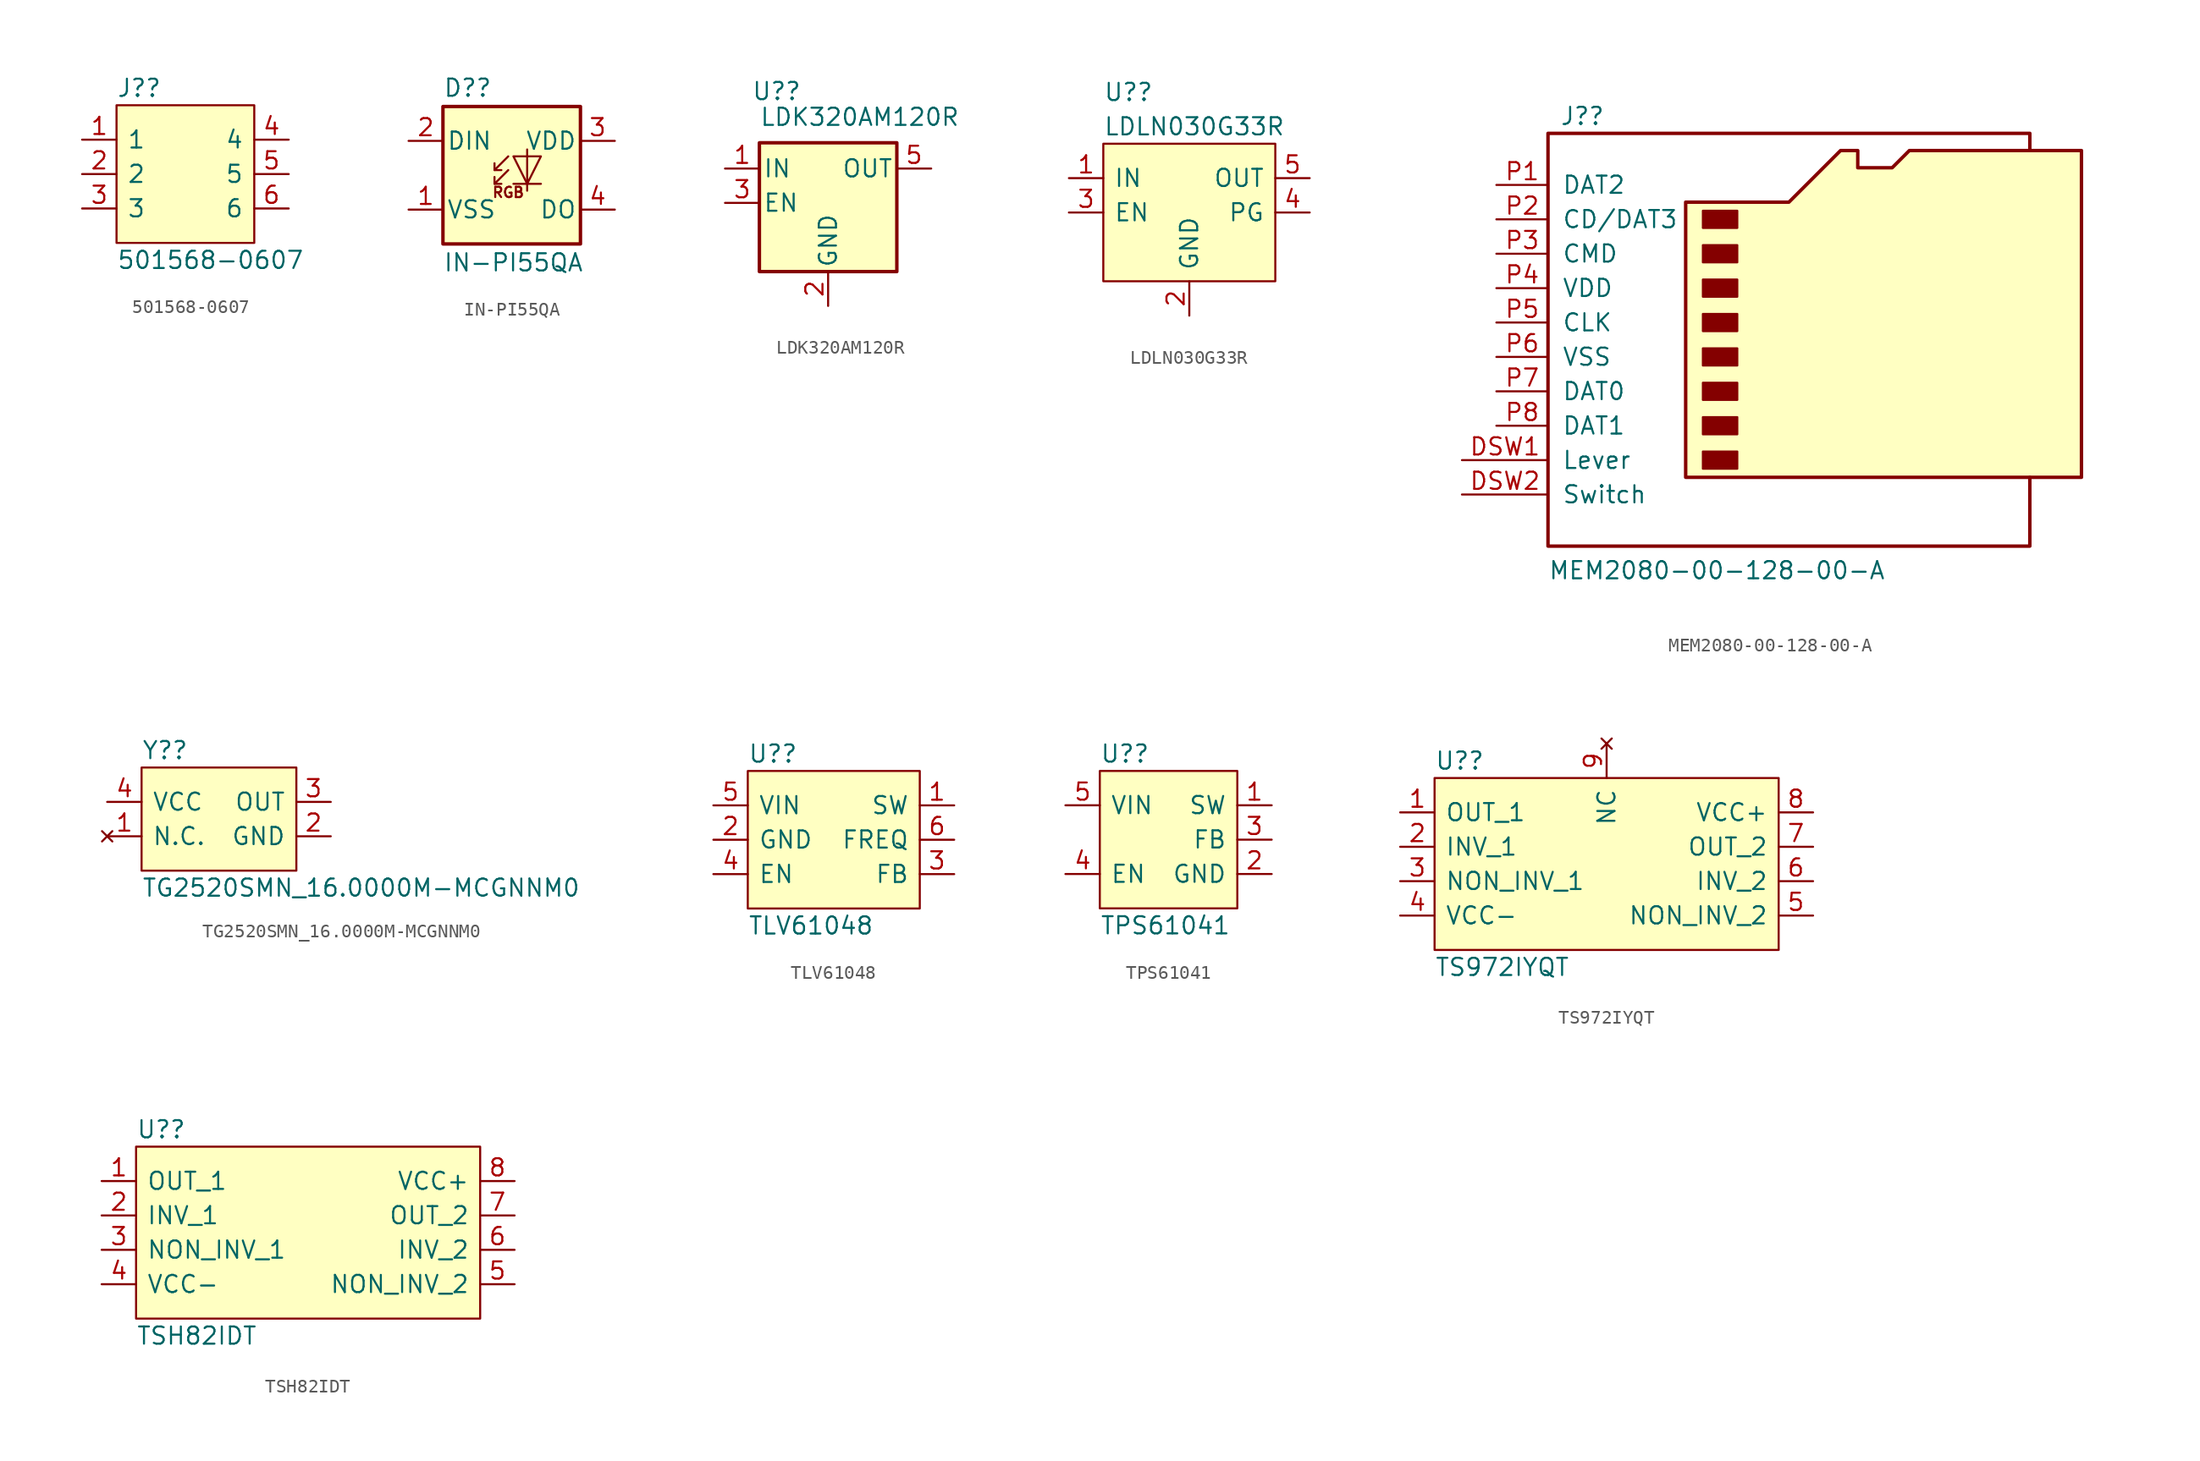
<source format=kicad_sym>
(kicad_symbol_lib
  (version 20220914)
  (generator kicad_symbol_editor)
  (symbol "501568-0607"
    (pin_names
      (offset 0.762))
    (property "Reference" "J?"
      (at 0 1.27 0)
      (effects (font (size 1.27 1.27)) (justify left)))
    (property "Value" "501568-0607"
      (at 0 -11.43 0)
      (effects (font (size 1.27 1.27)) (justify left)))
    (symbol "501568-0607_0_0"
      (pin passive line (at -2.54 -2.54 0) (length 2.54) (name "1" (effects (font (size 1.27 1.27)))) (number "1" (effects (font (size 1.27 1.27)))))
      (pin passive line (at -2.54 -5.08 0) (length 2.54) (name "2" (effects (font (size 1.27 1.27)))) (number "2" (effects (font (size 1.27 1.27)))))
      (pin passive line (at -2.54 -7.62 0) (length 2.54) (name "3" (effects (font (size 1.27 1.27)))) (number "3" (effects (font (size 1.27 1.27)))))
      (pin passive line (at 12.7 -2.54 180) (length 2.54) (name "4" (effects (font (size 1.27 1.27)))) (number "4" (effects (font (size 1.27 1.27)))))
      (pin passive line (at 12.7 -5.08 180) (length 2.54) (name "5" (effects (font (size 1.27 1.27)))) (number "5" (effects (font (size 1.27 1.27)))))
      (pin passive line (at 12.7 -7.62 180) (length 2.54) (name "6" (effects (font (size 1.27 1.27)))) (number "6" (effects (font (size 1.27 1.27))))))
    (symbol "501568-0607_0_1"
      (polyline (pts (xy 0 0) (xy 10.16 0) (xy 10.16 -10.16) (xy 0 -10.16) (xy 0 0)) (stroke (width 0.152) (type solid)) (fill (type background)))))
  (symbol "IN-PI55QA"
    (pin_names
      (offset 0.254))
    (property "Reference" "D?"
      (at -5.08 5.715 0)
      (effects (font (size 1.27 1.27)) (justify left bottom)))
    (property "Value" "IN-PI55QA"
      (at -5.08 -5.715 0)
      (effects (font (size 1.27 1.27)) (justify left top)))
    (symbol "IN-PI55QA_0_0"
      (text "RGB" (at -0.254 -1.27 0) (effects (font (size 0.762 0.762)))))
    (symbol "IN-PI55QA_0_1"
      (rectangle (start -5.08 5.08) (end 5.08 -5.08) (stroke (width 0.254) (type default)) (fill (type background)))
      (polyline (pts (xy -1.27 -0.635) (xy -0.762 -0.635)) (stroke (width 0) (type default)) (fill (type none)))
      (polyline (pts (xy -1.27 0.381) (xy -0.762 0.381)) (stroke (width 0) (type default)) (fill (type none)))
      (polyline (pts (xy 2.159 -0.635) (xy 0.127 -0.635)) (stroke (width 0) (type default)) (fill (type none)))
      (polyline (pts (xy -0.254 0.381) (xy -1.27 -0.635) (xy -1.27 -0.127)) (stroke (width 0) (type default)) (fill (type none)))
      (polyline (pts (xy -0.254 1.397) (xy -1.27 0.381) (xy -1.27 0.889)) (stroke (width 0) (type default)) (fill (type none)))
      (polyline (pts (xy 1.143 1.905) (xy 1.143 -0.635) (xy 1.143 -1.143)) (stroke (width 0) (type default)) (fill (type none)))
      (polyline (pts (xy 2.159 1.397) (xy 0.127 1.397) (xy 1.143 -0.635) (xy 2.159 1.397)) (stroke (width 0) (type default)) (fill (type none))))
    (symbol "IN-PI55QA_1_1"
      (pin power_in line (at -7.62 -2.54 0) (length 2.54) (name "VSS" (effects (font (size 1.27 1.27)))) (number "1" (effects (font (size 1.27 1.27)))))
      (pin input line (at -7.62 2.54 0) (length 2.54) (name "DIN" (effects (font (size 1.27 1.27)))) (number "2" (effects (font (size 1.27 1.27)))))
      (pin power_in line (at 7.62 2.54 180) (length 2.54) (name "VDD" (effects (font (size 1.27 1.27)))) (number "3" (effects (font (size 1.27 1.27)))))
      (pin output line (at 7.62 -2.54 180) (length 2.54) (name "DO" (effects (font (size 1.27 1.27)))) (number "4" (effects (font (size 1.27 1.27)))))))
  (symbol "LDK320AM120R"
    (pin_names
      (offset 0.254))
    (property "Reference" "U?"
      (at -3.81 8.255 0)
      (effects (font (size 1.27 1.27))))
    (property "Value" "LDK320AM120R"
      (at -5.08 6.35 0)
      (effects (font (size 1.27 1.27)) (justify left)))
    (symbol "LDK320AM120R_0_1"
      (rectangle (start -5.08 4.445) (end 5.08 -5.08) (stroke (width 0.254) (type default)) (fill (type background))))
    (symbol "LDK320AM120R_1_1"
      (pin power_in line (at -7.62 2.54 0) (length 2.54) (name "IN" (effects (font (size 1.27 1.27)))) (number "1" (effects (font (size 1.27 1.27)))))
      (pin power_in line (at 0 -7.62 90) (length 2.54) (name "GND" (effects (font (size 1.27 1.27)))) (number "2" (effects (font (size 1.27 1.27)))))
      (pin input line (at -7.62 0 0) (length 2.54) (name "EN" (effects (font (size 1.27 1.27)))) (number "3" (effects (font (size 1.27 1.27)))))
      (pin power_out line (at 7.62 2.54 180) (length 2.54) (name "OUT" (effects (font (size 1.27 1.27)))) (number "5" (effects (font (size 1.27 1.27)))))))
  (symbol "LDLN030G33R"
    (pin_names
      (offset 0.762))
    (property "Reference" "U?"
      (at 0 3.81 0)
      (effects (font (size 1.27 1.27)) (justify left)))
    (property "Value" "LDLN030G33R"
      (at 0 1.27 0)
      (effects (font (size 1.27 1.27)) (justify left)))
    (symbol "LDLN030G33R_0_0"
      (pin power_in line (at -2.54 -2.54 0) (length 2.54) (name "IN" (effects (font (size 1.27 1.27)))) (number "1" (effects (font (size 1.27 1.27)))))
      (pin power_in line (at 6.35 -12.7 90) (length 2.54) (name "GND" (effects (font (size 1.27 1.27)))) (number "2" (effects (font (size 1.27 1.27)))))
      (pin input line (at -2.54 -5.08 0) (length 2.54) (name "EN" (effects (font (size 1.27 1.27)))) (number "3" (effects (font (size 1.27 1.27)))))
      (pin passive line (at 15.24 -5.08 180) (length 2.54) (name "PG" (effects (font (size 1.27 1.27)))) (number "4" (effects (font (size 1.27 1.27)))))
      (pin power_out line (at 15.24 -2.54 180) (length 2.54) (name "OUT" (effects (font (size 1.27 1.27)))) (number "5" (effects (font (size 1.27 1.27))))))
    (symbol "LDLN030G33R_0_1"
      (polyline (pts (xy 0 0) (xy 12.7 0) (xy 12.7 -10.16) (xy 0 -10.16) (xy 0 0)) (stroke (width 0.152) (type default)) (fill (type background)))))
  (symbol "MEM2080-00-128-00-A"
    (pin_names
      (offset 1.016))
    (property "Reference" "J?"
      (at -16.51 15.24 0)
      (effects (font (size 1.27 1.27))))
    (property "Value" "MEM2080-00-128-00-A"
      (at -19.05 -19.05 0)
      (effects (font (size 1.27 1.27)) (justify left bottom)))
    (symbol "MEM2080-00-128-00-A_0_1"
      (rectangle (start -7.62 -9.525) (end -5.08 -10.795) (stroke (width 0) (type default)) (fill (type outline)))
      (rectangle (start -7.62 -6.985) (end -5.08 -8.255) (stroke (width 0) (type default)) (fill (type outline)))
      (rectangle (start -7.62 -4.445) (end -5.08 -5.715) (stroke (width 0) (type default)) (fill (type outline)))
      (rectangle (start -7.62 -1.905) (end -5.08 -3.175) (stroke (width 0) (type default)) (fill (type outline)))
      (rectangle (start -7.62 0.635) (end -5.08 -0.635) (stroke (width 0) (type default)) (fill (type outline)))
      (rectangle (start -7.62 3.175) (end -5.08 1.905) (stroke (width 0) (type default)) (fill (type outline)))
      (rectangle (start -7.62 5.715) (end -5.08 4.445) (stroke (width 0) (type default)) (fill (type outline)))
      (rectangle (start -7.62 8.255) (end -5.08 6.985) (stroke (width 0) (type default)) (fill (type outline)))
      (polyline (pts (xy 16.51 12.7) (xy 16.51 13.97) (xy -19.05 13.97) (xy -19.05 -16.51) (xy 16.51 -16.51) (xy 16.51 -11.43)) (stroke (width 0.254) (type default)) (fill (type none)))
      (polyline (pts (xy -8.89 -11.43) (xy -8.89 8.89) (xy -1.27 8.89) (xy 2.54 12.7) (xy 3.81 12.7) (xy 3.81 11.43) (xy 6.35 11.43) (xy 7.62 12.7) (xy 20.32 12.7) (xy 20.32 -11.43) (xy -8.89 -11.43)) (stroke (width 0.254) (type default)) (fill (type background))))
    (symbol "MEM2080-00-128-00-A_1_1"
      (pin power_in line (at -25.4 -10.16 0) (length 6.35) (name "Lever" (effects (font (size 1.27 1.27)))) (number "DSW1" (effects (font (size 1.27 1.27)))))
      (pin output line (at -25.4 -12.7 0) (length 6.35) (name "Switch" (effects (font (size 1.27 1.27)))) (number "DSW2" (effects (font (size 1.27 1.27)))))
      (pin bidirectional line (at -22.86 10.16 0) (length 3.81) (name "DAT2" (effects (font (size 1.27 1.27)))) (number "P1" (effects (font (size 1.27 1.27)))))
      (pin bidirectional line (at -22.86 7.62 0) (length 3.81) (name "CD/DAT3" (effects (font (size 1.27 1.27)))) (number "P2" (effects (font (size 1.27 1.27)))))
      (pin input line (at -22.86 5.08 0) (length 3.81) (name "CMD" (effects (font (size 1.27 1.27)))) (number "P3" (effects (font (size 1.27 1.27)))))
      (pin power_in line (at -22.86 2.54 0) (length 3.81) (name "VDD" (effects (font (size 1.27 1.27)))) (number "P4" (effects (font (size 1.27 1.27)))))
      (pin input line (at -22.86 0 0) (length 3.81) (name "CLK" (effects (font (size 1.27 1.27)))) (number "P5" (effects (font (size 1.27 1.27)))))
      (pin power_in line (at -22.86 -2.54 0) (length 3.81) (name "VSS" (effects (font (size 1.27 1.27)))) (number "P6" (effects (font (size 1.27 1.27)))))
      (pin bidirectional line (at -22.86 -5.08 0) (length 3.81) (name "DAT0" (effects (font (size 1.27 1.27)))) (number "P7" (effects (font (size 1.27 1.27)))))
      (pin bidirectional line (at -22.86 -7.62 0) (length 3.81) (name "DAT1" (effects (font (size 1.27 1.27)))) (number "P8" (effects (font (size 1.27 1.27)))))))
  (symbol "TG2520SMN_16.0000M-MCGNNM0"
    (pin_names
      (offset 0.762))
    (property "Reference" "Y?"
      (at 5.08 3.81 0)
      (effects (font (size 1.27 1.27)) (justify left)))
    (property "Value" "TG2520SMN_16.0000M-MCGNNM0"
      (at 5.08 -6.35 0)
      (effects (font (size 1.27 1.27)) (justify left)))
    (symbol "TG2520SMN_16.0000M-MCGNNM0_0_0"
      (pin no_connect line (at 2.54 -2.54 0) (length 2.54) (name "N.C." (effects (font (size 1.27 1.27)))) (number "1" (effects (font (size 1.27 1.27)))))
      (pin power_in line (at 19.05 -2.54 180) (length 2.54) (name "GND" (effects (font (size 1.27 1.27)))) (number "2" (effects (font (size 1.27 1.27)))))
      (pin output line (at 19.05 0 180) (length 2.54) (name "OUT" (effects (font (size 1.27 1.27)))) (number "3" (effects (font (size 1.27 1.27)))))
      (pin power_in line (at 2.54 0 0) (length 2.54) (name "VCC" (effects (font (size 1.27 1.27)))) (number "4" (effects (font (size 1.27 1.27))))))
    (symbol "TG2520SMN_16.0000M-MCGNNM0_0_1"
      (polyline (pts (xy 5.08 2.54) (xy 16.51 2.54) (xy 16.51 -5.08) (xy 5.08 -5.08) (xy 5.08 2.54)) (stroke (width 0.152) (type default)) (fill (type background)))))
  (symbol "TLV61048"
    (pin_names
      (offset 0.762))
    (property "Reference" "U?"
      (at 0 1.27 0)
      (effects (font (size 1.27 1.27)) (justify left)))
    (property "Value" "TLV61048"
      (at 0 -11.43 0)
      (effects (font (size 1.27 1.27)) (justify left)))
    (symbol "TLV61048_0_0"
      (pin power_out line (at 15.24 -2.54 180) (length 2.54) (name "SW" (effects (font (size 1.27 1.27)))) (number "1" (effects (font (size 1.27 1.27)))))
      (pin power_in line (at -2.54 -5.08 0) (length 2.54) (name "GND" (effects (font (size 1.27 1.27)))) (number "2" (effects (font (size 1.27 1.27)))))
      (pin input line (at 15.24 -7.62 180) (length 2.54) (name "FB" (effects (font (size 1.27 1.27)))) (number "3" (effects (font (size 1.27 1.27)))))
      (pin input line (at -2.54 -7.62 0) (length 2.54) (name "EN" (effects (font (size 1.27 1.27)))) (number "4" (effects (font (size 1.27 1.27)))))
      (pin power_in line (at -2.54 -2.54 0) (length 2.54) (name "VIN" (effects (font (size 1.27 1.27)))) (number "5" (effects (font (size 1.27 1.27)))))
      (pin input line (at 15.24 -5.08 180) (length 2.54) (name "FREQ" (effects (font (size 1.27 1.27)))) (number "6" (effects (font (size 1.27 1.27))))))
    (symbol "TLV61048_0_1"
      (polyline (pts (xy 0 0) (xy 12.7 0) (xy 12.7 -10.16) (xy 0 -10.16) (xy 0 0)) (stroke (width 0.152) (type solid)) (fill (type background)))))
  (symbol "TPS61041"
    (pin_names
      (offset 0.762))
    (property "Reference" "U?"
      (at 0 1.27 0)
      (effects (font (size 1.27 1.27)) (justify left)))
    (property "Value" "TPS61041"
      (at 0 -11.43 0)
      (effects (font (size 1.27 1.27)) (justify left)))
    (symbol "TPS61041_0_0"
      (pin power_out line (at 12.7 -2.54 180) (length 2.54) (name "SW" (effects (font (size 1.27 1.27)))) (number "1" (effects (font (size 1.27 1.27)))))
      (pin power_in line (at 12.7 -7.62 180) (length 2.54) (name "GND" (effects (font (size 1.27 1.27)))) (number "2" (effects (font (size 1.27 1.27)))))
      (pin input line (at 12.7 -5.08 180) (length 2.54) (name "FB" (effects (font (size 1.27 1.27)))) (number "3" (effects (font (size 1.27 1.27)))))
      (pin input line (at -2.54 -7.62 0) (length 2.54) (name "EN" (effects (font (size 1.27 1.27)))) (number "4" (effects (font (size 1.27 1.27)))))
      (pin power_in line (at -2.54 -2.54 0) (length 2.54) (name "VIN" (effects (font (size 1.27 1.27)))) (number "5" (effects (font (size 1.27 1.27))))))
    (symbol "TPS61041_0_1"
      (polyline (pts (xy 0 0) (xy 10.16 0) (xy 10.16 -10.16) (xy 0 -10.16) (xy 0 0)) (stroke (width 0.152) (type solid)) (fill (type background)))))
  (symbol "TS972IYQT"
    (pin_names
      (offset 0.762))
    (property "Reference" "U?"
      (at 0 1.27 0)
      (effects (font (size 1.27 1.27)) (justify left)))
    (property "Value" "TS972IYQT"
      (at 0 -13.97 0)
      (effects (font (size 1.27 1.27)) (justify left)))
    (symbol "TS972IYQT_0_0"
      (pin output line (at -2.54 -2.54 0) (length 2.54) (name "OUT_1" (effects (font (size 1.27 1.27)))) (number "1" (effects (font (size 1.27 1.27)))))
      (pin input line (at -2.54 -5.08 0) (length 2.54) (name "INV_1" (effects (font (size 1.27 1.27)))) (number "2" (effects (font (size 1.27 1.27)))))
      (pin input line (at -2.54 -7.62 0) (length 2.54) (name "NON_INV_1" (effects (font (size 1.27 1.27)))) (number "3" (effects (font (size 1.27 1.27)))))
      (pin power_in line (at -2.54 -10.16 0) (length 2.54) (name "VCC-" (effects (font (size 1.27 1.27)))) (number "4" (effects (font (size 1.27 1.27)))))
      (pin input line (at 27.94 -10.16 180) (length 2.54) (name "NON_INV_2" (effects (font (size 1.27 1.27)))) (number "5" (effects (font (size 1.27 1.27)))))
      (pin input line (at 27.94 -7.62 180) (length 2.54) (name "INV_2" (effects (font (size 1.27 1.27)))) (number "6" (effects (font (size 1.27 1.27)))))
      (pin output line (at 27.94 -5.08 180) (length 2.54) (name "OUT_2" (effects (font (size 1.27 1.27)))) (number "7" (effects (font (size 1.27 1.27)))))
      (pin power_in line (at 27.94 -2.54 180) (length 2.54) (name "VCC+" (effects (font (size 1.27 1.27)))) (number "8" (effects (font (size 1.27 1.27)))))
      (pin no_connect line (at 12.7 2.54 270) (length 2.54) (name "NC" (effects (font (size 1.27 1.27)))) (number "9" (effects (font (size 1.27 1.27))))))
    (symbol "TS972IYQT_0_1"
      (polyline (pts (xy 0 0) (xy 25.4 0) (xy 25.4 -12.7) (xy 0 -12.7) (xy 0 0)) (stroke (width 0.152) (type default)) (fill (type background)))))
  (symbol "TSH82IDT"
    (pin_names
      (offset 0.762))
    (property "Reference" "U?"
      (at 0 1.27 0)
      (effects (font (size 1.27 1.27)) (justify left)))
    (property "Value" "TSH82IDT"
      (at 0 -13.97 0)
      (effects (font (size 1.27 1.27)) (justify left)))
    (symbol "TSH82IDT_0_0"
      (pin output line (at -2.54 -2.54 0) (length 2.54) (name "OUT_1" (effects (font (size 1.27 1.27)))) (number "1" (effects (font (size 1.27 1.27)))))
      (pin input line (at -2.54 -5.08 0) (length 2.54) (name "INV_1" (effects (font (size 1.27 1.27)))) (number "2" (effects (font (size 1.27 1.27)))))
      (pin input line (at -2.54 -7.62 0) (length 2.54) (name "NON_INV_1" (effects (font (size 1.27 1.27)))) (number "3" (effects (font (size 1.27 1.27)))))
      (pin power_in line (at -2.54 -10.16 0) (length 2.54) (name "VCC-" (effects (font (size 1.27 1.27)))) (number "4" (effects (font (size 1.27 1.27)))))
      (pin input line (at 27.94 -10.16 180) (length 2.54) (name "NON_INV_2" (effects (font (size 1.27 1.27)))) (number "5" (effects (font (size 1.27 1.27)))))
      (pin input line (at 27.94 -7.62 180) (length 2.54) (name "INV_2" (effects (font (size 1.27 1.27)))) (number "6" (effects (font (size 1.27 1.27)))))
      (pin output line (at 27.94 -5.08 180) (length 2.54) (name "OUT_2" (effects (font (size 1.27 1.27)))) (number "7" (effects (font (size 1.27 1.27)))))
      (pin power_in line (at 27.94 -2.54 180) (length 2.54) (name "VCC+" (effects (font (size 1.27 1.27)))) (number "8" (effects (font (size 1.27 1.27))))))
    (symbol "TSH82IDT_0_1"
      (polyline (pts (xy 0 0) (xy 25.4 0) (xy 25.4 -12.7) (xy 0 -12.7) (xy 0 0)) (stroke (width 0.152) (type default)) (fill (type background))))))
</source>
